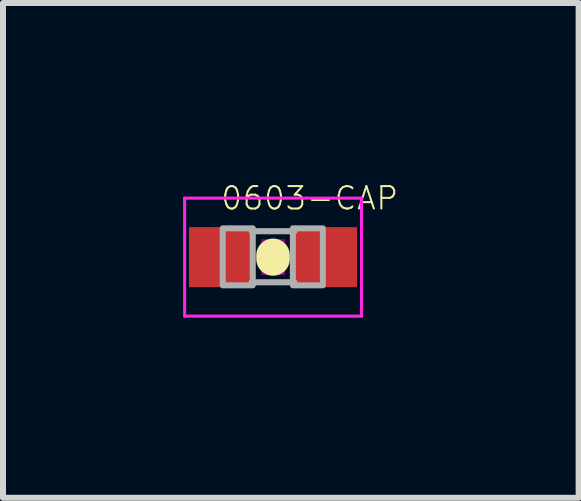
<source format=kicad_pcb>
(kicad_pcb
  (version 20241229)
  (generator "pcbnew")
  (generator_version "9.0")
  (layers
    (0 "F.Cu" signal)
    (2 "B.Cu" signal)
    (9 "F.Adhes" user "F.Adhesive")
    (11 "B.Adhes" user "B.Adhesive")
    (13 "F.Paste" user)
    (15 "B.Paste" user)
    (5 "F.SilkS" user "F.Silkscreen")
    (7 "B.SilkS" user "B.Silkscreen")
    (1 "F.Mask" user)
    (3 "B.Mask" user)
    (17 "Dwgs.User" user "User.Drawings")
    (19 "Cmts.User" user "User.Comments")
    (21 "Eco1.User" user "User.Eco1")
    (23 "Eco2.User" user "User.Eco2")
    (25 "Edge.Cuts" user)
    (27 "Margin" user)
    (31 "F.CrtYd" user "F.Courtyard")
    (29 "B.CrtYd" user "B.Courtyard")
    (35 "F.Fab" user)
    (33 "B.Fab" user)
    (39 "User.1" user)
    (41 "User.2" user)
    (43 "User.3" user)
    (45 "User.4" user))
  (footprint "0603-CAP"
    (layer "F.Cu")
    (at 1.498 1.233)
    (property "Reference" "0603-CAP" (at -0.889 -0.762 0) (layer "F.SilkS") (effects (font (size 0.374 0.374) (thickness 0.033)) (justify left bottom)))
    (fp_line (start 0 -0.03) (end 0 0.03) (stroke (width 0.559) (type solid)) (layer "F.SilkS"))
    (fp_poly (pts (xy -0.2 0.3) (xy 0.2 0.3) (xy 0.2 -0.3) (xy -0.2 -0.3)) (stroke (width 0) (type solid)) (fill yes) (layer "F.Adhes"))
    (fp_line (start -1.473 -0.983) (end 1.473 -0.983) (stroke (width 0.051) (type solid)) (layer "F.CrtYd"))
    (fp_line (start -1.473 0.983) (end -1.473 -0.983) (stroke (width 0.051) (type solid)) (layer "F.CrtYd"))
    (fp_line (start 1.473 -0.983) (end 1.473 0.983) (stroke (width 0.051) (type solid)) (layer "F.CrtYd"))
    (fp_line (start 1.473 0.983) (end -1.473 0.983) (stroke (width 0.051) (type solid)) (layer "F.CrtYd"))
    (fp_line (start -0.356 -0.432) (end 0.356 -0.432) (stroke (width 0.102) (type solid)) (layer "F.Fab"))
    (fp_line (start -0.356 0.419) (end 0.356 0.419) (stroke (width 0.102) (type solid)) (layer "F.Fab"))
    (fp_poly (pts (xy -0.838 0.47) (xy -0.338 0.47) (xy -0.338 -0.48) (xy -0.838 -0.48)) (stroke (width 0.1) (type solid)) (fill no) (layer "F.Fab"))
    (fp_poly (pts (xy 0.33 0.47) (xy 0.83 0.47) (xy 0.83 -0.48) (xy 0.33 -0.48)) (stroke (width 0.1) (type solid)) (fill no) (layer "F.Fab"))
    (pad "1" smd rect (at -0.85 0) (size 1.1 1) (layers "F.Cu" "F.Mask" "F.Paste"))
    (pad "2" smd rect (at 0.85 0) (size 1.1 1) (layers "F.Cu" "F.Mask" "F.Paste")))
  (gr_rect
    (start -3 -3)
    (end 6.588 5.242)
    (stroke (width 0.1) (type default))
    (fill no)
    (layer "Edge.Cuts")))
</source>
